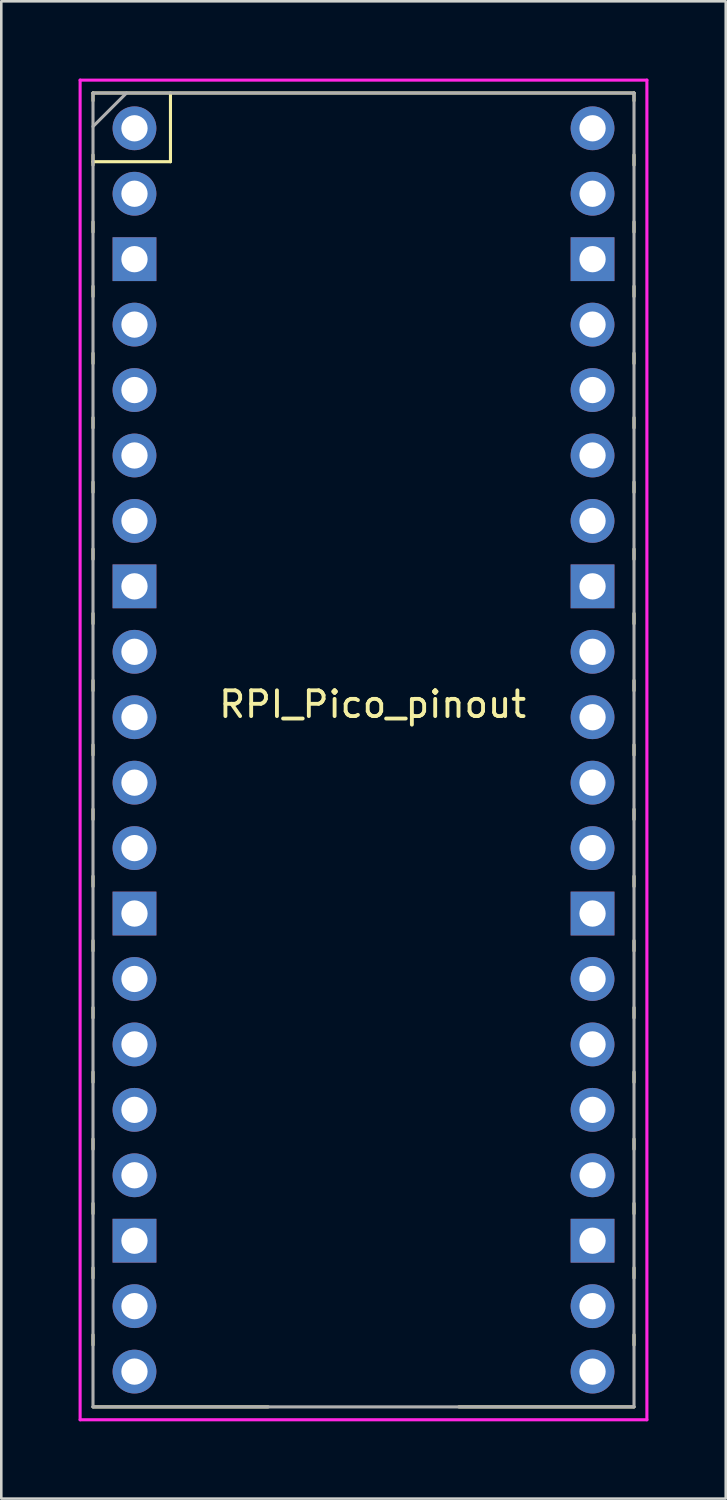
<source format=kicad_pcb>
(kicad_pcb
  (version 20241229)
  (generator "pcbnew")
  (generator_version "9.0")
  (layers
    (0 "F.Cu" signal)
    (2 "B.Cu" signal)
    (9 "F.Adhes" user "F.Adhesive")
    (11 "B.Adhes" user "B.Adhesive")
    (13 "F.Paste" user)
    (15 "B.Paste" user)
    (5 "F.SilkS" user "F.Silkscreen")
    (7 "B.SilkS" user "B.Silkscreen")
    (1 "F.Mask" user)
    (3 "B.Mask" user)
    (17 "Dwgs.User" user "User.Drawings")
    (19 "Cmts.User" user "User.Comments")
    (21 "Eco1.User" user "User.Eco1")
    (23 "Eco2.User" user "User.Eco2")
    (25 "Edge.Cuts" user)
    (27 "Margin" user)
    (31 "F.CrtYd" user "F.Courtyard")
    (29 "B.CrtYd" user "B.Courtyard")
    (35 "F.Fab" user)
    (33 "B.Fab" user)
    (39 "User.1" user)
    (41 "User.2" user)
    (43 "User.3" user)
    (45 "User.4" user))
  (footprint "RPI_Pico_pinout"
    (layer "F.Cu")
    (at 11.414 24.79)
    (property "Reference" "RPI_Pico_pinout" (at 0 -0.5 0) (unlocked yes) (layer "F.SilkS") (effects (font (size 1 1) (thickness 0.15))))
    (attr through_hole)
    (fp_line (start -10.854 -24.23) (end -10.854 -23.93) (stroke (width 0.12) (type solid)) (layer "F.SilkS"))
    (fp_line (start -10.854 -24.23) (end 10.146 -24.23) (stroke (width 0.12) (type solid)) (layer "F.SilkS"))
    (fp_line (start -10.854 -21.83) (end -10.854 -21.43) (stroke (width 0.12) (type solid)) (layer "F.SilkS"))
    (fp_line (start -10.854 -21.563) (end -7.847 -21.563) (stroke (width 0.12) (type solid)) (layer "F.SilkS"))
    (fp_line (start -10.854 -19.23) (end -10.854 -18.83) (stroke (width 0.12) (type solid)) (layer "F.SilkS"))
    (fp_line (start -10.854 -16.73) (end -10.854 -16.33) (stroke (width 0.12) (type solid)) (layer "F.SilkS"))
    (fp_line (start -10.854 -14.13) (end -10.854 -13.73) (stroke (width 0.12) (type solid)) (layer "F.SilkS"))
    (fp_line (start -10.854 -11.63) (end -10.854 -11.23) (stroke (width 0.12) (type solid)) (layer "F.SilkS"))
    (fp_line (start -10.854 -9.13) (end -10.854 -8.73) (stroke (width 0.12) (type solid)) (layer "F.SilkS"))
    (fp_line (start -10.854 -6.53) (end -10.854 -6.13) (stroke (width 0.12) (type solid)) (layer "F.SilkS"))
    (fp_line (start -10.854 -4.03) (end -10.854 -3.63) (stroke (width 0.12) (type solid)) (layer "F.SilkS"))
    (fp_line (start -10.854 -1.43) (end -10.854 -1.03) (stroke (width 0.12) (type solid)) (layer "F.SilkS"))
    (fp_line (start -10.854 1.07) (end -10.854 1.47) (stroke (width 0.12) (type solid)) (layer "F.SilkS"))
    (fp_line (start -10.854 3.57) (end -10.854 3.97) (stroke (width 0.12) (type solid)) (layer "F.SilkS"))
    (fp_line (start -10.854 6.17) (end -10.854 6.57) (stroke (width 0.12) (type solid)) (layer "F.SilkS"))
    (fp_line (start -10.854 8.67) (end -10.854 9.07) (stroke (width 0.12) (type solid)) (layer "F.SilkS"))
    (fp_line (start -10.854 11.27) (end -10.854 11.67) (stroke (width 0.12) (type solid)) (layer "F.SilkS"))
    (fp_line (start -10.854 13.77) (end -10.854 14.17) (stroke (width 0.12) (type solid)) (layer "F.SilkS"))
    (fp_line (start -10.854 16.37) (end -10.854 16.77) (stroke (width 0.12) (type solid)) (layer "F.SilkS"))
    (fp_line (start -10.854 18.87) (end -10.854 19.27) (stroke (width 0.12) (type solid)) (layer "F.SilkS"))
    (fp_line (start -10.854 21.37) (end -10.854 21.77) (stroke (width 0.12) (type solid)) (layer "F.SilkS"))
    (fp_line (start -10.854 23.97) (end -10.854 24.37) (stroke (width 0.12) (type solid)) (layer "F.SilkS"))
    (fp_line (start -7.847 -21.563) (end -7.847 -24.23) (stroke (width 0.12) (type solid)) (layer "F.SilkS"))
    (fp_line (start -4.054 26.77) (end -10.854 26.77) (stroke (width 0.12) (type solid)) (layer "F.SilkS"))
    (fp_line (start 10.146 -24.23) (end 10.146 -23.93) (stroke (width 0.12) (type solid)) (layer "F.SilkS"))
    (fp_line (start 10.146 -21.83) (end 10.146 -21.43) (stroke (width 0.12) (type solid)) (layer "F.SilkS"))
    (fp_line (start 10.146 -19.23) (end 10.146 -18.83) (stroke (width 0.12) (type solid)) (layer "F.SilkS"))
    (fp_line (start 10.146 -16.73) (end 10.146 -16.33) (stroke (width 0.12) (type solid)) (layer "F.SilkS"))
    (fp_line (start 10.146 -14.13) (end 10.146 -13.73) (stroke (width 0.12) (type solid)) (layer "F.SilkS"))
    (fp_line (start 10.146 -11.63) (end 10.146 -11.23) (stroke (width 0.12) (type solid)) (layer "F.SilkS"))
    (fp_line (start 10.146 -9.13) (end 10.146 -8.73) (stroke (width 0.12) (type solid)) (layer "F.SilkS"))
    (fp_line (start 10.146 -6.53) (end 10.146 -6.13) (stroke (width 0.12) (type solid)) (layer "F.SilkS"))
    (fp_line (start 10.146 -4.03) (end 10.146 -3.63) (stroke (width 0.12) (type solid)) (layer "F.SilkS"))
    (fp_line (start 10.146 -1.43) (end 10.146 -1.03) (stroke (width 0.12) (type solid)) (layer "F.SilkS"))
    (fp_line (start 10.146 1.07) (end 10.146 1.47) (stroke (width 0.12) (type solid)) (layer "F.SilkS"))
    (fp_line (start 10.146 3.57) (end 10.146 3.97) (stroke (width 0.12) (type solid)) (layer "F.SilkS"))
    (fp_line (start 10.146 6.17) (end 10.146 6.57) (stroke (width 0.12) (type solid)) (layer "F.SilkS"))
    (fp_line (start 10.146 8.67) (end 10.146 9.07) (stroke (width 0.12) (type solid)) (layer "F.SilkS"))
    (fp_line (start 10.146 11.27) (end 10.146 11.67) (stroke (width 0.12) (type solid)) (layer "F.SilkS"))
    (fp_line (start 10.146 13.77) (end 10.146 14.17) (stroke (width 0.12) (type solid)) (layer "F.SilkS"))
    (fp_line (start 10.146 16.37) (end 10.146 16.77) (stroke (width 0.12) (type solid)) (layer "F.SilkS"))
    (fp_line (start 10.146 18.87) (end 10.146 19.27) (stroke (width 0.12) (type solid)) (layer "F.SilkS"))
    (fp_line (start 10.146 21.37) (end 10.146 21.77) (stroke (width 0.12) (type solid)) (layer "F.SilkS"))
    (fp_line (start 10.146 23.97) (end 10.146 24.37) (stroke (width 0.12) (type solid)) (layer "F.SilkS"))
    (fp_line (start 10.146 26.77) (end 3.346 26.77) (stroke (width 0.12) (type solid)) (layer "F.SilkS"))
    (fp_line (start -11.354 -24.73) (end 10.646 -24.73) (stroke (width 0.12) (type solid)) (layer "F.CrtYd"))
    (fp_line (start -11.354 27.27) (end -11.354 -24.73) (stroke (width 0.12) (type solid)) (layer "F.CrtYd"))
    (fp_line (start 10.646 -24.73) (end 10.646 27.27) (stroke (width 0.12) (type solid)) (layer "F.CrtYd"))
    (fp_line (start 10.646 27.27) (end -11.354 27.27) (stroke (width 0.12) (type solid)) (layer "F.CrtYd"))
    (fp_line (start -10.854 -24.23) (end 10.146 -24.23) (stroke (width 0.12) (type solid)) (layer "F.Fab"))
    (fp_line (start -10.854 -22.93) (end -9.554 -24.23) (stroke (width 0.12) (type solid)) (layer "F.Fab"))
    (fp_line (start -10.854 26.77) (end -10.854 -24.23) (stroke (width 0.12) (type solid)) (layer "F.Fab"))
    (fp_line (start 10.146 -24.23) (end 10.146 26.77) (stroke (width 0.12) (type solid)) (layer "F.Fab"))
    (fp_line (start 10.146 26.77) (end -10.854 26.77) (stroke (width 0.12) (type solid)) (layer "F.Fab"))
    (pad "1" thru_hole oval (at -9.244 -22.86) (size 1.7 1.7) (drill 1.02) (layers "*.Cu" "*.Mask"))
    (pad "2" thru_hole oval (at -9.244 -20.32) (size 1.7 1.7) (drill 1.02) (layers "*.Cu" "*.Mask"))
    (pad "3" thru_hole rect (at -9.244 -17.78) (size 1.7 1.7) (drill 1.02) (layers "*.Cu" "*.Mask"))
    (pad "4" thru_hole oval (at -9.244 -15.24) (size 1.7 1.7) (drill 1.02) (layers "*.Cu" "*.Mask"))
    (pad "5" thru_hole oval (at -9.244 -12.7) (size 1.7 1.7) (drill 1.02) (layers "*.Cu" "*.Mask"))
    (pad "6" thru_hole oval (at -9.244 -10.16) (size 1.7 1.7) (drill 1.02) (layers "*.Cu" "*.Mask"))
    (pad "7" thru_hole oval (at -9.244 -7.62) (size 1.7 1.7) (drill 1.02) (layers "*.Cu" "*.Mask"))
    (pad "8" thru_hole rect (at -9.244 -5.08) (size 1.7 1.7) (drill 1.02) (layers "*.Cu" "*.Mask"))
    (pad "9" thru_hole oval (at -9.244 -2.54) (size 1.7 1.7) (drill 1.02) (layers "*.Cu" "*.Mask"))
    (pad "10" thru_hole oval (at -9.244 0) (size 1.7 1.7) (drill 1.02) (layers "*.Cu" "*.Mask"))
    (pad "11" thru_hole oval (at -9.244 2.54) (size 1.7 1.7) (drill 1.02) (layers "*.Cu" "*.Mask"))
    (pad "12" thru_hole oval (at -9.244 5.08) (size 1.7 1.7) (drill 1.02) (layers "*.Cu" "*.Mask"))
    (pad "13" thru_hole rect (at -9.244 7.62) (size 1.7 1.7) (drill 1.02) (layers "*.Cu" "*.Mask"))
    (pad "14" thru_hole oval (at -9.244 10.16) (size 1.7 1.7) (drill 1.02) (layers "*.Cu" "*.Mask"))
    (pad "15" thru_hole oval (at -9.244 12.7) (size 1.7 1.7) (drill 1.02) (layers "*.Cu" "*.Mask"))
    (pad "16" thru_hole oval (at -9.244 15.24) (size 1.7 1.7) (drill 1.02) (layers "*.Cu" "*.Mask"))
    (pad "17" thru_hole oval (at -9.244 17.78) (size 1.7 1.7) (drill 1.02) (layers "*.Cu" "*.Mask"))
    (pad "18" thru_hole rect (at -9.244 20.32) (size 1.7 1.7) (drill 1.02) (layers "*.Cu" "*.Mask"))
    (pad "19" thru_hole oval (at -9.244 22.86) (size 1.7 1.7) (drill 1.02) (layers "*.Cu" "*.Mask"))
    (pad "20" thru_hole oval (at -9.244 25.4) (size 1.7 1.7) (drill 1.02) (layers "*.Cu" "*.Mask"))
    (pad "21" thru_hole oval (at 8.536 25.4) (size 1.7 1.7) (drill 1.02) (layers "*.Cu" "*.Mask"))
    (pad "22" thru_hole oval (at 8.536 22.86) (size 1.7 1.7) (drill 1.02) (layers "*.Cu" "*.Mask"))
    (pad "23" thru_hole rect (at 8.536 20.32) (size 1.7 1.7) (drill 1.02) (layers "*.Cu" "*.Mask"))
    (pad "24" thru_hole oval (at 8.536 17.78) (size 1.7 1.7) (drill 1.02) (layers "*.Cu" "*.Mask"))
    (pad "25" thru_hole oval (at 8.536 15.24) (size 1.7 1.7) (drill 1.02) (layers "*.Cu" "*.Mask"))
    (pad "26" thru_hole oval (at 8.536 12.7) (size 1.7 1.7) (drill 1.02) (layers "*.Cu" "*.Mask"))
    (pad "27" thru_hole oval (at 8.536 10.16) (size 1.7 1.7) (drill 1.02) (layers "*.Cu" "*.Mask"))
    (pad "28" thru_hole rect (at 8.536 7.62) (size 1.7 1.7) (drill 1.02) (layers "*.Cu" "*.Mask"))
    (pad "29" thru_hole oval (at 8.536 5.08) (size 1.7 1.7) (drill 1.02) (layers "*.Cu" "*.Mask"))
    (pad "30" thru_hole oval (at 8.536 2.54) (size 1.7 1.7) (drill 1.02) (layers "*.Cu" "*.Mask"))
    (pad "31" thru_hole oval (at 8.536 0) (size 1.7 1.7) (drill 1.02) (layers "*.Cu" "*.Mask"))
    (pad "32" thru_hole oval (at 8.536 -2.54) (size 1.7 1.7) (drill 1.02) (layers "*.Cu" "*.Mask"))
    (pad "33" thru_hole rect (at 8.536 -5.08) (size 1.7 1.7) (drill 1.02) (layers "*.Cu" "*.Mask"))
    (pad "34" thru_hole oval (at 8.536 -7.62) (size 1.7 1.7) (drill 1.02) (layers "*.Cu" "*.Mask"))
    (pad "35" thru_hole oval (at 8.536 -10.16) (size 1.7 1.7) (drill 1.02) (layers "*.Cu" "*.Mask"))
    (pad "36" thru_hole oval (at 8.536 -12.7) (size 1.7 1.7) (drill 1.02) (layers "*.Cu" "*.Mask"))
    (pad "37" thru_hole oval (at 8.536 -15.24) (size 1.7 1.7) (drill 1.02) (layers "*.Cu" "*.Mask"))
    (pad "38" thru_hole rect (at 8.536 -17.78) (size 1.7 1.7) (drill 1.02) (layers "*.Cu" "*.Mask"))
    (pad "39" thru_hole oval (at 8.536 -20.32) (size 1.7 1.7) (drill 1.02) (layers "*.Cu" "*.Mask"))
    (pad "40" thru_hole oval (at 8.536 -22.86) (size 1.7 1.7) (drill 1.02) (layers "*.Cu" "*.Mask")))
  (gr_rect
    (start -3 -3)
    (end 25.12 55.12)
    (stroke (width 0.1) (type default))
    (fill no)
    (layer "Edge.Cuts")))
</source>
